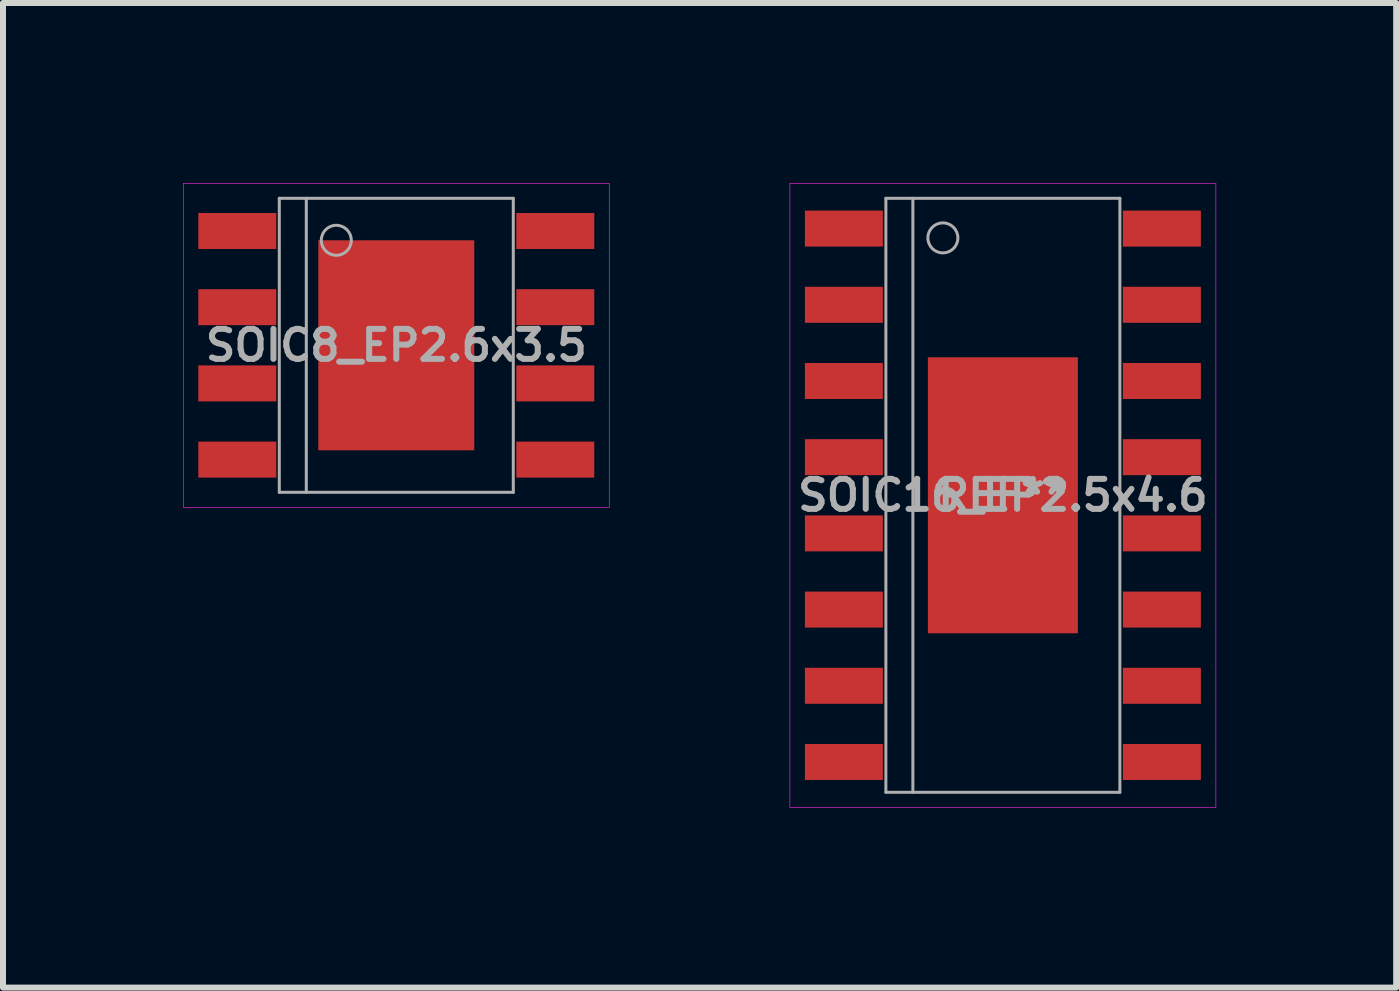
<source format=kicad_pcb>
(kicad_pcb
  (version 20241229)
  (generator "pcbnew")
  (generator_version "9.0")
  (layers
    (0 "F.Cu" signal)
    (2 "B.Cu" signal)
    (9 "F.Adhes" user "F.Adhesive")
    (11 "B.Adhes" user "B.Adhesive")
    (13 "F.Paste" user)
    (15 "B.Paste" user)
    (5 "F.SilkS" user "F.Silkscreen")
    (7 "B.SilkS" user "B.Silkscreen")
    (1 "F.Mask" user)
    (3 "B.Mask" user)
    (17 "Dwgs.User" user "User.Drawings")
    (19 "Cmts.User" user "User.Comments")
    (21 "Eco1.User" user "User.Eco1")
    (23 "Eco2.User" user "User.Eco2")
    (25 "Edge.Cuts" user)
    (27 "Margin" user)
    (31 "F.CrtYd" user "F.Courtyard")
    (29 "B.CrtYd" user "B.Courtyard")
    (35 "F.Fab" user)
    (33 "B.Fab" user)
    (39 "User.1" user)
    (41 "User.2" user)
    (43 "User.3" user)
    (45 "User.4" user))
  (footprint "SOIC8_EP2.6x3.5"
    (layer "F.Cu")
    (at 3.555 2.705)
    (property "Reference" "SOIC8_EP2.6x3.5" (at 0 0 0) (layer "F.Fab") (effects (font (size 0.5 0.5) (thickness 0.1))))
    (attr through_hole)
    (fp_line (start -3.55 -2.7) (end 3.55 -2.7) (stroke (width 0.01) (type solid)) (layer "F.CrtYd"))
    (fp_line (start -3.55 2.7) (end -3.55 -2.7) (stroke (width 0.01) (type solid)) (layer "F.CrtYd"))
    (fp_line (start 3.55 -2.7) (end 3.55 2.7) (stroke (width 0.01) (type solid)) (layer "F.CrtYd"))
    (fp_line (start 3.55 2.7) (end -3.55 2.7) (stroke (width 0.01) (type solid)) (layer "F.CrtYd"))
    (fp_line (start -1.95 -2.45) (end 1.95 -2.45) (stroke (width 0.05) (type solid)) (layer "F.Fab"))
    (fp_line (start -1.95 2.45) (end -1.95 -2.45) (stroke (width 0.05) (type solid)) (layer "F.Fab"))
    (fp_line (start -1.5 -2.45) (end -1.5 2.45) (stroke (width 0.05) (type solid)) (layer "F.Fab"))
    (fp_line (start 1.95 -2.45) (end 1.95 2.45) (stroke (width 0.05) (type solid)) (layer "F.Fab"))
    (fp_line (start 1.95 2.45) (end -1.95 2.45) (stroke (width 0.05) (type solid)) (layer "F.Fab"))
    (fp_circle (center -1 -1.75) (end -0.75 -1.75) (stroke (width 0.05) (type solid)) (fill no) (layer "F.Fab"))
    (pad "" smd rect (at -0.65 -0.85) (size 1 1.4) (layers "F.Paste"))
    (pad "" smd rect (at -0.65 0.85) (size 1 1.4) (layers "F.Paste"))
    (pad "" smd rect (at 0.65 -0.85) (size 1 1.4) (layers "F.Paste"))
    (pad "" smd rect (at 0.65 0.85) (size 1 1.4) (layers "F.Paste"))
    (pad "1" smd rect (at -2.65 -1.905) (size 1.3 0.6) (layers "F.Cu" "F.Mask" "F.Paste"))
    (pad "2" smd rect (at -2.65 -0.635) (size 1.3 0.6) (layers "F.Cu" "F.Mask" "F.Paste"))
    (pad "3" smd rect (at -2.65 0.635) (size 1.3 0.6) (layers "F.Cu" "F.Mask" "F.Paste"))
    (pad "4" smd rect (at -2.65 1.905) (size 1.3 0.6) (layers "F.Cu" "F.Mask" "F.Paste"))
    (pad "5" smd rect (at 2.65 1.905) (size 1.3 0.6) (layers "F.Cu" "F.Mask" "F.Paste"))
    (pad "6" smd rect (at 2.65 0.635) (size 1.3 0.6) (layers "F.Cu" "F.Mask" "F.Paste"))
    (pad "7" smd rect (at 2.65 -0.635) (size 1.3 0.6) (layers "F.Cu" "F.Mask" "F.Paste"))
    (pad "8" smd rect (at 2.65 -1.905) (size 1.3 0.6) (layers "F.Cu" "F.Mask" "F.Paste"))
    (pad "9" smd rect (at 0 0) (size 2.6 3.5) (layers "F.Cu" "F.Mask")))
  (footprint "SOIC16_EP2.5x4.6"
    (layer "F.Cu")
    (at 13.665 5.205)
    (property "Reference" "SOIC16_EP2.5x4.6" (at 0 0 0) (layer "F.Fab") (effects (font (size 0.5 0.5) (thickness 0.1))))
    (attr through_hole)
    (fp_line (start -3.55 -5.2) (end 3.55 -5.2) (stroke (width 0.01) (type solid)) (layer "F.CrtYd"))
    (fp_line (start -3.55 5.2) (end -3.55 -5.2) (stroke (width 0.01) (type solid)) (layer "F.CrtYd"))
    (fp_line (start 3.55 -5.2) (end 3.55 5.2) (stroke (width 0.01) (type solid)) (layer "F.CrtYd"))
    (fp_line (start 3.55 5.2) (end -3.55 5.2) (stroke (width 0.01) (type solid)) (layer "F.CrtYd"))
    (fp_line (start -1.95 -4.95) (end 1.95 -4.95) (stroke (width 0.05) (type solid)) (layer "F.Fab"))
    (fp_line (start -1.95 4.95) (end -1.95 -4.95) (stroke (width 0.05) (type solid)) (layer "F.Fab"))
    (fp_line (start -1.5 -4.95) (end -1.5 4.95) (stroke (width 0.05) (type solid)) (layer "F.Fab"))
    (fp_line (start 1.95 -4.95) (end 1.95 4.95) (stroke (width 0.05) (type solid)) (layer "F.Fab"))
    (fp_line (start 1.95 4.95) (end -1.95 4.95) (stroke (width 0.05) (type solid)) (layer "F.Fab"))
    (fp_circle (center -1 -4.29) (end -0.75 -4.29) (stroke (width 0.05) (type solid)) (fill no) (layer "F.Fab"))
    (fp_text user "REF**" (at 0 0 0) (layer "F.Fab") (effects (font (size 0.5 0.5) (thickness 0.1))))
    (pad "" smd rect (at -0.625 -1.15) (size 0.95 2) (layers "F.Paste"))
    (pad "" smd rect (at -0.625 1.15) (size 0.95 2) (layers "F.Paste"))
    (pad "" smd rect (at 0.625 -1.15) (size 0.95 2) (layers "F.Paste"))
    (pad "" smd rect (at 0.625 1.15) (size 0.95 2) (layers "F.Paste"))
    (pad "1" smd rect (at -2.65 -4.445) (size 1.3 0.6) (layers "F.Cu" "F.Mask" "F.Paste"))
    (pad "2" smd rect (at -2.65 -3.175) (size 1.3 0.6) (layers "F.Cu" "F.Mask" "F.Paste"))
    (pad "3" smd rect (at -2.65 -1.905) (size 1.3 0.6) (layers "F.Cu" "F.Mask" "F.Paste"))
    (pad "4" smd rect (at -2.65 -0.635) (size 1.3 0.6) (layers "F.Cu" "F.Mask" "F.Paste"))
    (pad "5" smd rect (at -2.65 0.635) (size 1.3 0.6) (layers "F.Cu" "F.Mask" "F.Paste"))
    (pad "6" smd rect (at -2.65 1.905) (size 1.3 0.6) (layers "F.Cu" "F.Mask" "F.Paste"))
    (pad "7" smd rect (at -2.65 3.175) (size 1.3 0.6) (layers "F.Cu" "F.Mask" "F.Paste"))
    (pad "8" smd rect (at -2.65 4.445) (size 1.3 0.6) (layers "F.Cu" "F.Mask" "F.Paste"))
    (pad "9" smd rect (at 2.65 4.445) (size 1.3 0.6) (layers "F.Cu" "F.Mask" "F.Paste"))
    (pad "10" smd rect (at 2.65 3.175) (size 1.3 0.6) (layers "F.Cu" "F.Mask" "F.Paste"))
    (pad "11" smd rect (at 2.65 1.905) (size 1.3 0.6) (layers "F.Cu" "F.Mask" "F.Paste"))
    (pad "12" smd rect (at 2.65 0.635) (size 1.3 0.6) (layers "F.Cu" "F.Mask" "F.Paste"))
    (pad "13" smd rect (at 2.65 -0.635) (size 1.3 0.6) (layers "F.Cu" "F.Mask" "F.Paste"))
    (pad "14" smd rect (at 2.65 -1.905) (size 1.3 0.6) (layers "F.Cu" "F.Mask" "F.Paste"))
    (pad "15" smd rect (at 2.65 -3.175) (size 1.3 0.6) (layers "F.Cu" "F.Mask" "F.Paste"))
    (pad "16" smd rect (at 2.65 -4.445) (size 1.3 0.6) (layers "F.Cu" "F.Mask" "F.Paste"))
    (pad "17" smd rect (at 0 0) (size 2.5 4.6) (layers "F.Cu" "F.Mask")))
  (gr_rect
    (start -3 -3)
    (end 20.22 13.41)
    (stroke (width 0.1) (type default))
    (fill no)
    (layer "Edge.Cuts")))
</source>
